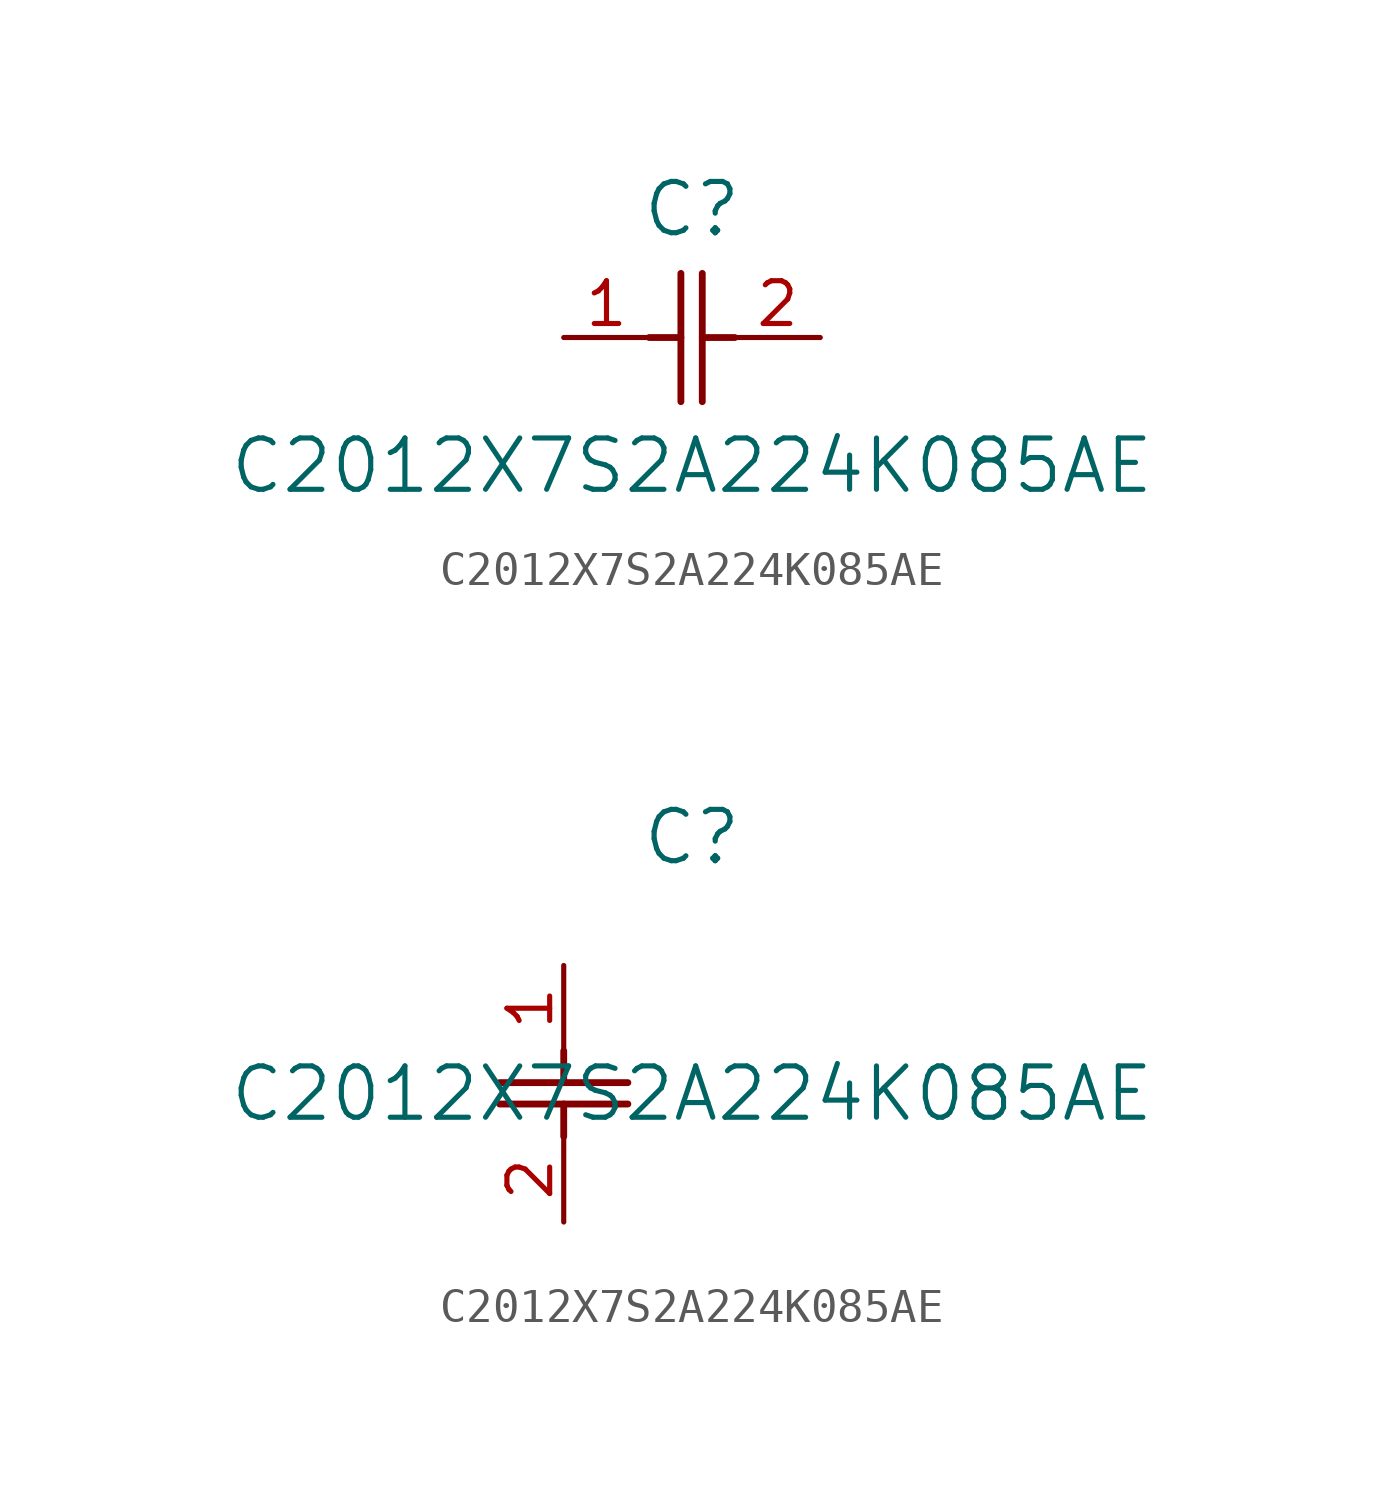
<source format=kicad_sym>
(kicad_symbol_lib
  (version 20211014)
  (generator kicad_symbol_editor)
  (symbol "C2012X7S2A224K085AE"
    (pin_names
      (offset 0.254))
    (property "Reference" "C"
      (at 3.81 3.81 0)
      (effects (font (size 1.524 1.524))))
    (property "Value" "C2012X7S2A224K085AE"
      (at 3.81 -3.81 0)
      (effects (font (size 1.524 1.524))))
    (symbol "C2012X7S2A224K085AE_1_1"
      (polyline (pts (xy 3.48 -1.905) (xy 3.48 1.905)) (stroke (width 0.203) (type default) (color 0 0 0 0)) (fill (type none)))
      (polyline (pts (xy 4.115 -1.905) (xy 4.115 1.905)) (stroke (width 0.203) (type default) (color 0 0 0 0)) (fill (type none)))
      (polyline (pts (xy 4.115 0) (xy 5.08 0)) (stroke (width 0.203) (type default) (color 0 0 0 0)) (fill (type none)))
      (polyline (pts (xy 2.54 0) (xy 3.48 0)) (stroke (width 0.203) (type default) (color 0 0 0 0)) (fill (type none)))
      (pin unspecified line (at 0 0 0) (length 2.54) (name "" (effects (font (size 1.27 1.27)))) (number "1" (effects (font (size 1.27 1.27)))))
      (pin unspecified line (at 7.62 0 180) (length 2.54) (name "" (effects (font (size 1.27 1.27)))) (number "2" (effects (font (size 1.27 1.27))))))
    (symbol "C2012X7S2A224K085AE_1_2"
      (polyline (pts (xy -1.905 -3.48) (xy 1.905 -3.48)) (stroke (width 0.203) (type default) (color 0 0 0 0)) (fill (type none)))
      (polyline (pts (xy -1.905 -4.115) (xy 1.905 -4.115)) (stroke (width 0.203) (type default) (color 0 0 0 0)) (fill (type none)))
      (polyline (pts (xy 0 -4.115) (xy 0 -5.08)) (stroke (width 0.203) (type default) (color 0 0 0 0)) (fill (type none)))
      (polyline (pts (xy 0 -2.54) (xy 0 -3.48)) (stroke (width 0.203) (type default) (color 0 0 0 0)) (fill (type none)))
      (pin unspecified line (at 0 0 270) (length 2.54) (name "" (effects (font (size 1.27 1.27)))) (number "1" (effects (font (size 1.27 1.27)))))
      (pin unspecified line (at 0 -7.62 90) (length 2.54) (name "" (effects (font (size 1.27 1.27)))) (number "2" (effects (font (size 1.27 1.27))))))))
</source>
